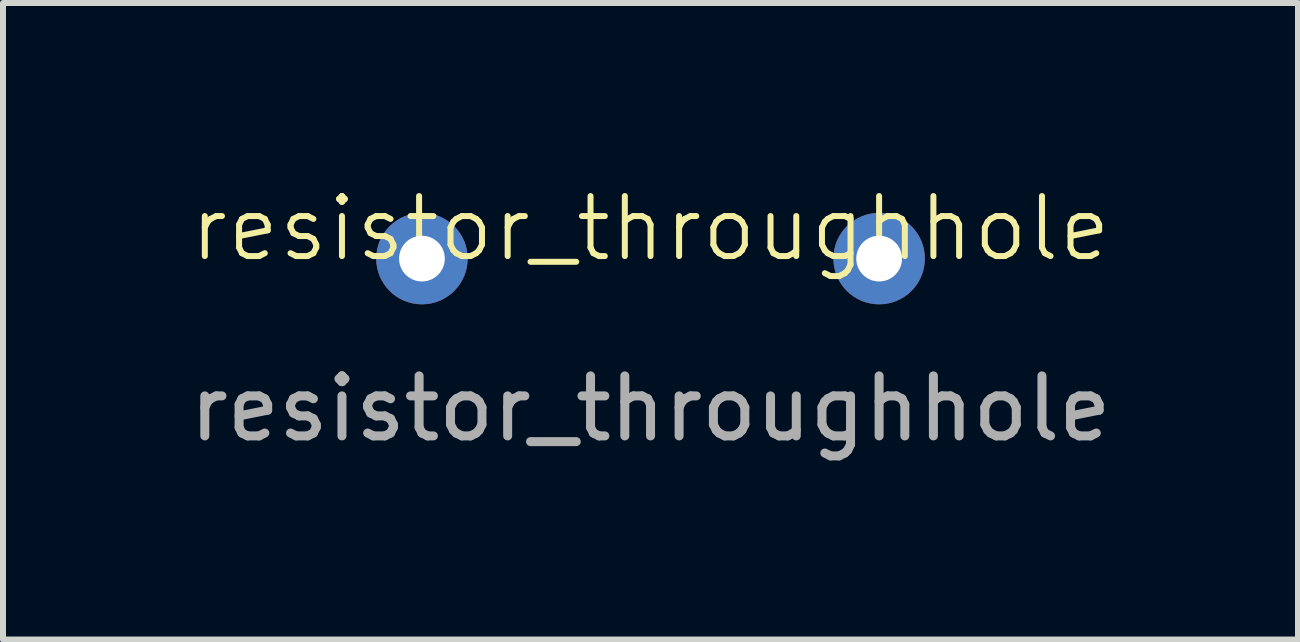
<source format=kicad_pcb>
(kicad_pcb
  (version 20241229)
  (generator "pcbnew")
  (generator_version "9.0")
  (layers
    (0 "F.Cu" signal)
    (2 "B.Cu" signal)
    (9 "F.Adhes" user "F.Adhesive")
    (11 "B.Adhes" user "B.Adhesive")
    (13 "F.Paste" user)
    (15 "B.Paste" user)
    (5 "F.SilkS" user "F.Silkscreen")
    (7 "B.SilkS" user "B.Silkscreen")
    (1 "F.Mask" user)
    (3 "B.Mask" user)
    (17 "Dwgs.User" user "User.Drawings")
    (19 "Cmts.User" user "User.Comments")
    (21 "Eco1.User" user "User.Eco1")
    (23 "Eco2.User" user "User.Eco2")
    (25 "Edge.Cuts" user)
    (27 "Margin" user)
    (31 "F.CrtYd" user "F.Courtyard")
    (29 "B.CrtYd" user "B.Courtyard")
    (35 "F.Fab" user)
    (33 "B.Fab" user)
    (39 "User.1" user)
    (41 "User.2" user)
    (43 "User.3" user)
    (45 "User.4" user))
  (footprint "resistor_throughhole"
    (layer "F.Cu")
    (at 7.792 1.26)
    (property "Reference" "resistor_throughhole" (at 0 -0.5 0) (unlocked yes) (layer "F.SilkS") (effects (font (size 1 1) (thickness 0.1))))
    (attr through_hole)
    (fp_text user "${REFERENCE}" (at 0 2.5 0) (unlocked yes) (layer "F.Fab") (effects (font (size 1 1) (thickness 0.15))))
    (pad "1" thru_hole circle (at -3.81 0) (size 1.524 1.524) (drill 0.762) (layers "*.Cu" "*.Mask"))
    (pad "2" thru_hole circle (at 3.81 0) (size 1.524 1.524) (drill 0.762) (layers "*.Cu" "*.Mask")))
  (gr_rect
    (start -3 -3)
    (end 18.583 7.609)
    (stroke (width 0.1) (type default))
    (fill no)
    (layer "Edge.Cuts")))
</source>
